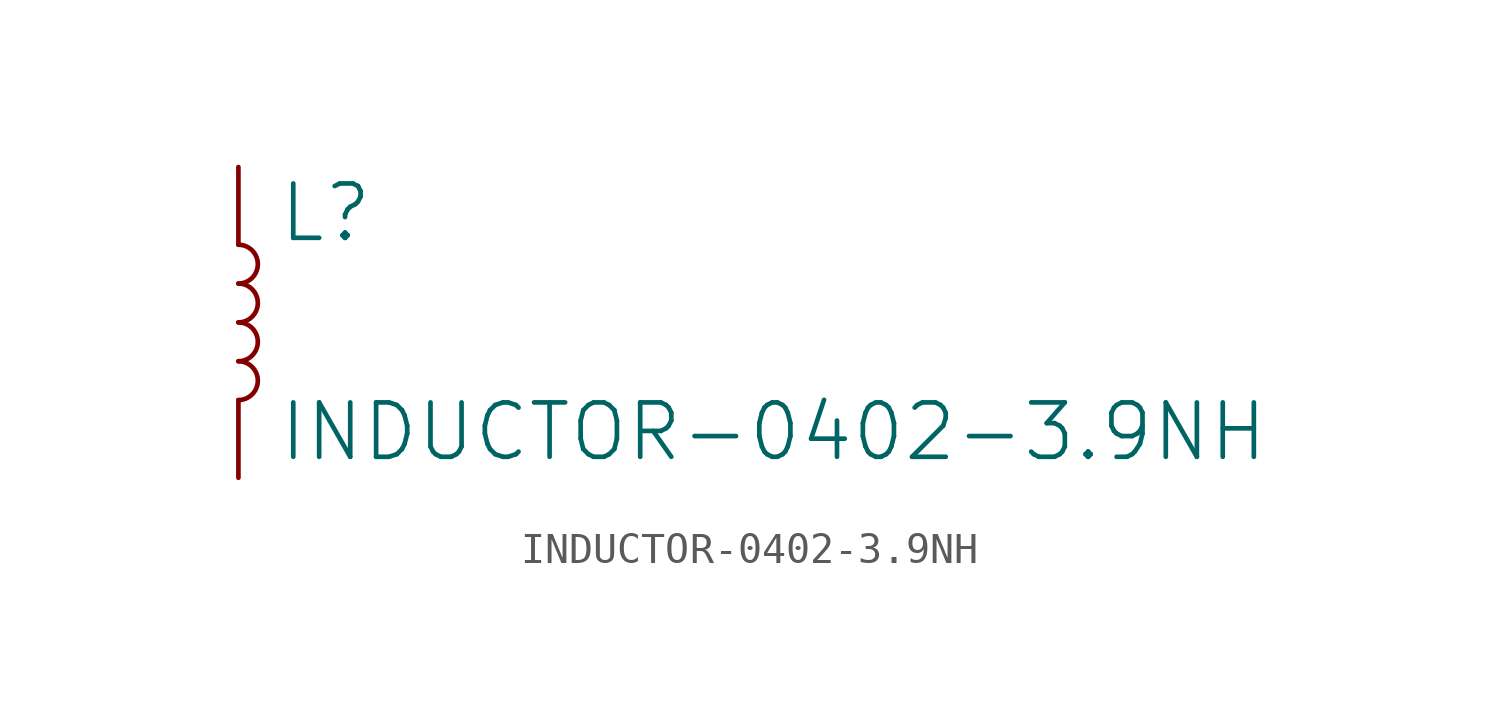
<source format=kicad_sym>
(kicad_symbol_lib
  (version 20211014)
  (generator kicad_symbol_editor)
  (symbol "INDUCTOR-0402-3.9NH"
    (property "Reference" "L"
      (at 1.27 2.54 0)
      (effects (font (size 1.778 1.778)) (justify left bottom)))
    (property "Value" "INDUCTOR-0402-3.9NH"
      (at 1.27 -2.54 0)
      (effects (font (size 1.778 1.778)) (justify left top)))
    (property "ki_locked" ""
      (at 0 0 0)
      (effects (font (size 1.27 1.27))))
    (symbol "INDUCTOR-0402-3.9NH_1_0"
      (arc (start 0 -2.54) (mid 0.635 -1.905) (end 0 -1.27) (stroke (width 0.1524) (type default) (color 0 0 0 0)) (fill (type none)))
      (arc (start 0 -1.27) (mid 0.635 -0.635) (end 0 0) (stroke (width 0.1524) (type default) (color 0 0 0 0)) (fill (type none)))
      (arc (start 0 0) (mid 0.635 0.635) (end 0 1.27) (stroke (width 0.1524) (type default) (color 0 0 0 0)) (fill (type none)))
      (arc (start 0 1.27) (mid 0.635 1.905) (end 0 2.54) (stroke (width 0.1524) (type default) (color 0 0 0 0)) (fill (type none)))
      (pin passive line (at 0 5.08 270) (length 2.54) (name "1" (effects (font (size 0 0)))) (number "1" (effects (font (size 0 0)))))
      (pin passive line (at 0 -5.08 90) (length 2.54) (name "2" (effects (font (size 0 0)))) (number "2" (effects (font (size 0 0))))))))
</source>
